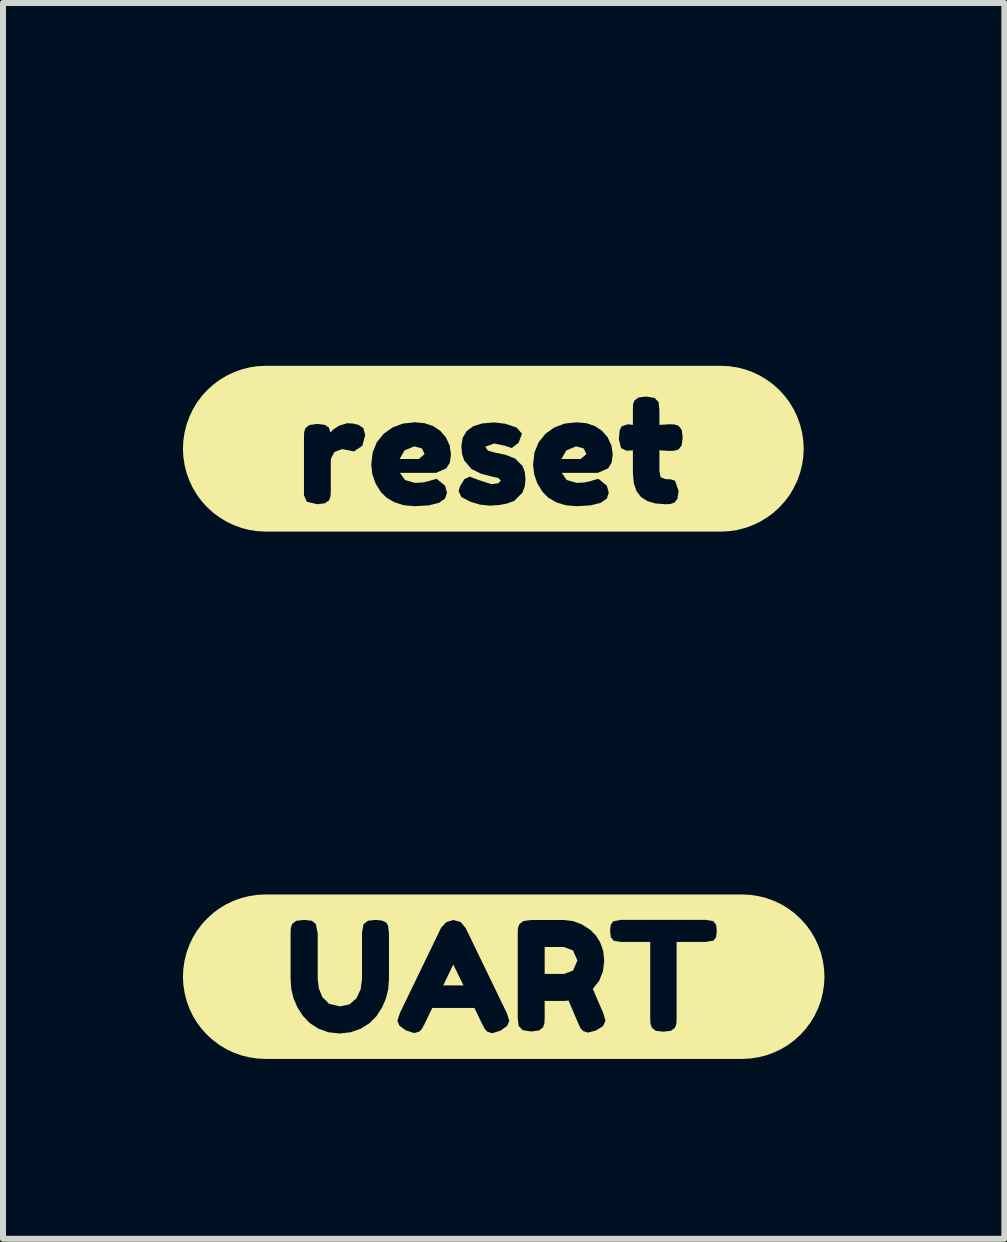
<source format=kicad_pcb>
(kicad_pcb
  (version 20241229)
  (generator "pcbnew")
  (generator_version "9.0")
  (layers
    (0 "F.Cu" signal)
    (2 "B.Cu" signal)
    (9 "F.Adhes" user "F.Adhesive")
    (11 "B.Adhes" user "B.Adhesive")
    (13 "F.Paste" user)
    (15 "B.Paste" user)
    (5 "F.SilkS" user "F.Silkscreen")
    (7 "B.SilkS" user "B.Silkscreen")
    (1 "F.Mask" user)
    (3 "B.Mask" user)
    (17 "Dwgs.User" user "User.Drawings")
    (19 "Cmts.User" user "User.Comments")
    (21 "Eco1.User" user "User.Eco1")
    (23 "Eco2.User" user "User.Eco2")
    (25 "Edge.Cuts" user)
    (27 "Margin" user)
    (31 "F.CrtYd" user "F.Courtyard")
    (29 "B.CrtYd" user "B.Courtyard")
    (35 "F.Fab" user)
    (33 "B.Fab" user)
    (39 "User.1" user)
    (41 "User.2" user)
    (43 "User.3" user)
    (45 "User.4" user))
  (footprint "kibuzzard-65A2E0AA"
    (layer "F.Cu")
    (at 5.175 4.431)
    (property "Reference" "kibuzzard-65A2E0AA" (at 0 -4.43 0) (layer "F.SilkS") (effects (font (size 0.001 0.001) (thickness 0.15))))
    (attr board_only exclude_from_pos_files exclude_from_bom)
    (fp_poly (pts (xy -1.242 0.172) (xy -1.146 0.09) (xy -1.19 -0.004) (xy -1.317 -0.039) (xy -1.481 0.028) (xy -1.562 0.172) (xy -1.242 0.172)) (stroke (width 0) (type solid)) (fill yes) (layer "F.SilkS"))
    (fp_poly (pts (xy 1.455 0.172) (xy 1.552 0.09) (xy 1.507 -0.004) (xy 1.38 -0.039) (xy 1.217 0.028) (xy 1.135 0.172) (xy 1.455 0.172)) (stroke (width 0) (type solid)) (fill yes) (layer "F.SilkS"))
    (fp_poly (pts (xy -3.157 -1.382) (xy -3.792 -1.382) (xy -3.928 -1.376) (xy -4.062 -1.356) (xy -4.194 -1.323) (xy -4.321 -1.277) (xy -4.444 -1.219) (xy -4.56 -1.149) (xy -4.669 -1.069) (xy -4.77 -0.977) (xy -4.861 -0.877) (xy -4.942 -0.768) (xy -5.011 -0.652) (xy -5.069 -0.529) (xy -5.115 -0.401) (xy -5.148 -0.27) (xy -5.168 -0.135) (xy -5.175 0) (xy -5.168 0.135) (xy -5.148 0.27) (xy -5.115 0.401) (xy -5.069 0.529) (xy -5.011 0.652) (xy -4.942 0.768) (xy -4.861 0.877) (xy -4.77 0.977) (xy -4.669 1.069) (xy -4.56 1.149) (xy -4.444 1.219) (xy -4.321 1.277) (xy -4.194 1.323) (xy -4.062 1.356) (xy -3.928 1.376) (xy -3.792 1.382) (xy -3.157 1.382) (xy -2.936 1.382) (xy -2.936 0.926) (xy -3.111 0.883) (xy -3.157 0.774) (xy -3.157 0.7) (xy -3.157 -0.192) (xy -3.153 -0.279) (xy -3.132 -0.344) (xy -3.065 -0.395) (xy -2.934 -0.413) (xy -2.81 -0.398) (xy -2.743 -0.354) (xy -2.715 -0.27) (xy -2.678 -0.313) (xy -2.576 -0.382) (xy -2.437 -0.425) (xy -2.337 -0.419) (xy -2.248 -0.397) (xy -2.168 -0.345) (xy -2.136 -0.227) (xy -2.184 -0.049) (xy -2.324 0.047) (xy -2.412 0.027) (xy -2.522 0.007) (xy -2.65 0.055) (xy -2.71 0.172) (xy -2.71 0.705) (xy -2.714 0.793) (xy -2.738 0.86) (xy -2.807 0.91) (xy -2.936 0.926) (xy -2.936 1.382) (xy -1.313 1.382) (xy -1.313 0.959) (xy -1.491 0.943) (xy -1.647 0.894) (xy -1.777 0.819) (xy -1.875 0.723) (xy -1.963 0.58) (xy -2.017 0.427) (xy -2.035 0.263) (xy -2.012 0.064) (xy -1.943 -0.107) (xy -1.828 -0.249) (xy -1.678 -0.355) (xy -1.506 -0.419) (xy -1.311 -0.44) (xy -1.146 -0.425) (xy -1.005 -0.378) (xy -0.887 -0.3) (xy -0.792 -0.192) (xy -0.728 -0.053) (xy -0.706 0.097) (xy -0.725 0.233) (xy -0.784 0.328) (xy -0.955 0.403) (xy -1.557 0.403) (xy -1.473 0.522) (xy -1.306 0.57) (xy -1.174 0.563) (xy -1.074 0.54) (xy -1.046 0.53) (xy -0.945 0.502) (xy -0.805 0.616) (xy -0.772 0.733) (xy -0.806 0.832) (xy -0.907 0.903) (xy -1.076 0.945) (xy -1.313 0.959) (xy -1.313 1.382) (xy -0.06 1.382) (xy -0.06 0.949) (xy -0.221 0.933) (xy -0.378 0.886) (xy -0.531 0.807) (xy -0.579 0.71) (xy -0.555 0.627) (xy -0.483 0.509) (xy -0.392 0.466) (xy -0.224 0.529) (xy -0.03 0.591) (xy 0.086 0.576) (xy 0.124 0.53) (xy 0.082 0.488) (xy -0.046 0.459) (xy -0.205 0.417) (xy -0.363 0.339) (xy -0.485 0.196) (xy -0.521 0.089) (xy -0.533 -0.037) (xy -0.511 -0.181) (xy -0.445 -0.293) (xy -0.335 -0.374) (xy -0.181 -0.422) (xy 0.018 -0.438) (xy 0.201 -0.416) (xy 0.389 -0.352) (xy 0.478 -0.25) (xy 0.422 -0.1) (xy 0.307 -0.011) (xy 0.194 -0.049) (xy 0.015 -0.087) (xy -0.135 -0.032) (xy -0.091 0.031) (xy 0.038 0.068) (xy 0.203 0.101) (xy 0.363 0.164) (xy 0.486 0.287) (xy 0.524 0.386) (xy 0.536 0.507) (xy 0.524 0.629) (xy 0.486 0.732) (xy 0.348 0.87) (xy 0.23 0.914) (xy 0.095 0.94) (xy -0.06 0.949) (xy -0.06 1.382) (xy 1.384 1.382) (xy 1.384 0.959) (xy 1.207 0.943) (xy 1.05 0.894) (xy 0.92 0.819) (xy 0.823 0.723) (xy 0.734 0.58) (xy 0.681 0.427) (xy 0.663 0.263) (xy 0.686 0.064) (xy 0.755 -0.107) (xy 0.87 -0.249) (xy 1.019 -0.355) (xy 1.192 -0.419) (xy 1.387 -0.44) (xy 1.552 -0.425) (xy 1.693 -0.378) (xy 1.811 -0.3) (xy 1.905 -0.192) (xy 1.97 -0.053) (xy 1.991 0.097) (xy 1.972 0.233) (xy 1.914 0.328) (xy 1.742 0.403) (xy 1.14 0.403) (xy 1.224 0.522) (xy 1.392 0.57) (xy 1.523 0.563) (xy 1.623 0.54) (xy 1.651 0.53) (xy 1.753 0.502) (xy 1.892 0.616) (xy 1.925 0.733) (xy 1.892 0.832) (xy 1.79 0.903) (xy 1.621 0.945) (xy 1.384 0.959) (xy 1.384 1.382) (xy 2.865 1.382) (xy 2.865 0.926) (xy 2.703 0.913) (xy 2.569 0.873) (xy 2.464 0.807) (xy 2.388 0.709) (xy 2.342 0.574) (xy 2.327 0.403) (xy 2.327 0.027) (xy 2.223 0.034) (xy 2.13 -0.009) (xy 2.093 -0.156) (xy 2.106 -0.307) (xy 2.141 -0.374) (xy 2.243 -0.407) (xy 2.327 -0.397) (xy 2.327 -0.659) (xy 2.33 -0.745) (xy 2.355 -0.806) (xy 2.42 -0.854) (xy 2.55 -0.87) (xy 2.688 -0.846) (xy 2.756 -0.776) (xy 2.769 -0.646) (xy 2.769 -0.397) (xy 2.938 -0.407) (xy 3.024 -0.404) (xy 3.091 -0.38) (xy 3.141 -0.314) (xy 3.157 -0.184) (xy 3.14 -0.055) (xy 3.089 0.012) (xy 3.021 0.033) (xy 2.934 0.037) (xy 2.769 0.027) (xy 2.769 0.377) (xy 2.79 0.476) (xy 2.871 0.507) (xy 2.963 0.511) (xy 3.03 0.535) (xy 3.089 0.705) (xy 3.071 0.834) (xy 3.018 0.901) (xy 2.95 0.922) (xy 2.865 0.926) (xy 2.865 1.382) (xy 3.157 1.382) (xy 3.792 1.382) (xy 3.928 1.376) (xy 4.062 1.356) (xy 4.194 1.323) (xy 4.321 1.277) (xy 4.444 1.219) (xy 4.56 1.149) (xy 4.669 1.069) (xy 4.77 0.977) (xy 4.861 0.877) (xy 4.942 0.768) (xy 5.011 0.652) (xy 5.069 0.529) (xy 5.115 0.401) (xy 5.148 0.27) (xy 5.168 0.135) (xy 5.175 0) (xy 5.168 -0.135) (xy 5.148 -0.27) (xy 5.115 -0.401) (xy 5.069 -0.529) (xy 5.011 -0.652) (xy 4.942 -0.768) (xy 4.861 -0.877) (xy 4.77 -0.977) (xy 4.669 -1.069) (xy 4.56 -1.149) (xy 4.444 -1.219) (xy 4.321 -1.277) (xy 4.194 -1.323) (xy 4.062 -1.356) (xy 3.928 -1.376) (xy 3.792 -1.382) (xy 3.157 -1.382) (xy -3.157 -1.382)) (stroke (width 0) (type solid)) (fill yes) (layer "F.SilkS")))
  (footprint "kibuzzard-65A2E6F1"
    (layer "F.Cu")
    (at 5.348 13.234)
    (property "Reference" "kibuzzard-65A2E6F1" (at 0 -4.419 0) (layer "F.SilkS") (effects (font (size 0.001 0.001) (thickness 0.15))))
    (attr board_only exclude_from_pos_files exclude_from_bom)
    (fp_poly (pts (xy -0.841 -0.203) (xy -1.008 0.145) (xy -0.671 0.145) (xy -0.841 -0.203)) (stroke (width 0) (type solid)) (fill yes) (layer "F.SilkS"))
    (fp_poly (pts (xy 0.683 -0.046) (xy 1.008 -0.046) (xy 1.156 -0.102) (xy 1.229 -0.269) (xy 1.156 -0.438) (xy 1.003 -0.495) (xy 0.683 -0.495) (xy 0.683 -0.046)) (stroke (width 0) (type solid)) (fill yes) (layer "F.SilkS"))
    (fp_poly (pts (xy -3.553 -1.371) (xy -3.977 -1.371) (xy -4.111 -1.364) (xy -4.244 -1.344) (xy -4.375 -1.312) (xy -4.501 -1.266) (xy -4.623 -1.209) (xy -4.738 -1.14) (xy -4.846 -1.06) (xy -4.946 -0.969) (xy -5.036 -0.87) (xy -5.117 -0.762) (xy -5.186 -0.646) (xy -5.243 -0.525) (xy -5.289 -0.398) (xy -5.321 -0.267) (xy -5.341 -0.134) (xy -5.348 0) (xy -5.341 0.134) (xy -5.321 0.267) (xy -5.289 0.398) (xy -5.243 0.525) (xy -5.186 0.646) (xy -5.117 0.762) (xy -5.036 0.87) (xy -4.946 0.969) (xy -4.846 1.06) (xy -4.738 1.14) (xy -4.623 1.209) (xy -4.501 1.266) (xy -4.375 1.312) (xy -4.244 1.344) (xy -4.111 1.364) (xy -3.977 1.371) (xy -3.553 1.371) (xy -2.737 1.371) (xy -2.737 0.947) (xy -2.922 0.927) (xy -3.09 0.866) (xy -3.234 0.772) (xy -3.348 0.653) (xy -3.438 0.514) (xy -3.502 0.366) (xy -3.541 0.209) (xy -3.553 0.043) (xy -3.553 -0.721) (xy -3.55 -0.812) (xy -3.526 -0.879) (xy -3.457 -0.932) (xy -3.327 -0.947) (xy -3.198 -0.932) (xy -3.132 -0.879) (xy -3.101 -0.719) (xy -3.101 0.043) (xy -3.082 0.194) (xy -3.025 0.338) (xy -2.911 0.452) (xy -2.731 0.495) (xy -2.569 0.461) (xy -2.454 0.358) (xy -2.385 0.21) (xy -2.362 0.041) (xy -2.362 -0.737) (xy -2.337 -0.876) (xy -2.263 -0.932) (xy -2.142 -0.947) (xy -2.027 -0.935) (xy -1.961 -0.904) (xy -1.928 -0.851) (xy -1.913 -0.719) (xy -1.913 0.048) (xy -1.926 0.212) (xy -1.965 0.368) (xy -2.03 0.517) (xy -2.121 0.658) (xy -2.237 0.775) (xy -2.383 0.867) (xy -2.551 0.927) (xy -2.737 0.947) (xy -2.737 1.371) (xy -0.189 1.371) (xy -0.189 0.942) (xy -0.271 0.919) (xy -0.316 0.871) (xy -0.356 0.795) (xy -0.488 0.521) (xy -1.191 0.521) (xy -1.323 0.795) (xy -1.363 0.869) (xy -1.408 0.916) (xy -1.49 0.94) (xy -1.626 0.897) (xy -1.736 0.82) (xy -1.773 0.734) (xy -1.73 0.605) (xy -1.044 -0.815) (xy -0.959 -0.909) (xy -0.838 -0.945) (xy -0.719 -0.912) (xy -0.635 -0.813) (xy 0.051 0.605) (xy 0.094 0.734) (xy 0.057 0.821) (xy -0.053 0.899) (xy -0.189 0.942) (xy -0.189 1.371) (xy 1.408 1.371) (xy 1.408 0.932) (xy 1.327 0.908) (xy 1.28 0.859) (xy 1.247 0.786) (xy 1.181 0.633) (xy 1.082 0.399) (xy 1.003 0.404) (xy 0.683 0.404) (xy 0.683 0.691) (xy 0.679 0.779) (xy 0.655 0.846) (xy 0.588 0.897) (xy 0.457 0.914) (xy 0.316 0.891) (xy 0.249 0.82) (xy 0.234 0.688) (xy 0.234 -0.721) (xy 0.237 -0.809) (xy 0.262 -0.876) (xy 0.329 -0.928) (xy 0.46 -0.945) (xy 1.008 -0.945) (xy 1.156 -0.927) (xy 1.301 -0.873) (xy 1.443 -0.782) (xy 1.535 -0.69) (xy 1.61 -0.569) (xy 1.66 -0.427) (xy 1.676 -0.269) (xy 1.655 -0.089) (xy 1.592 0.068) (xy 1.486 0.203) (xy 1.53 0.307) (xy 1.587 0.44) (xy 1.659 0.602) (xy 1.697 0.734) (xy 1.657 0.823) (xy 1.539 0.897) (xy 1.408 0.932) (xy 1.408 1.371) (xy 2.662 1.371) (xy 2.662 0.917) (xy 2.536 0.902) (xy 2.47 0.85) (xy 2.447 0.784) (xy 2.443 0.696) (xy 2.443 -0.579) (xy 1.956 -0.579) (xy 1.836 -0.598) (xy 1.786 -0.658) (xy 1.773 -0.765) (xy 1.786 -0.87) (xy 1.829 -0.925) (xy 1.958 -0.947) (xy 3.371 -0.947) (xy 3.49 -0.928) (xy 3.541 -0.869) (xy 3.553 -0.762) (xy 3.541 -0.657) (xy 3.498 -0.602) (xy 3.368 -0.579) (xy 2.883 -0.579) (xy 2.883 0.699) (xy 2.879 0.785) (xy 2.856 0.85) (xy 2.789 0.902) (xy 2.662 0.917) (xy 2.662 1.371) (xy 3.553 1.371) (xy 3.977 1.371) (xy 4.111 1.364) (xy 4.244 1.344) (xy 4.375 1.312) (xy 4.501 1.266) (xy 4.623 1.209) (xy 4.738 1.14) (xy 4.846 1.06) (xy 4.946 0.969) (xy 5.036 0.87) (xy 5.117 0.762) (xy 5.186 0.646) (xy 5.243 0.525) (xy 5.289 0.398) (xy 5.321 0.267) (xy 5.341 0.134) (xy 5.348 0) (xy 5.341 -0.134) (xy 5.321 -0.267) (xy 5.289 -0.398) (xy 5.243 -0.525) (xy 5.186 -0.646) (xy 5.117 -0.762) (xy 5.036 -0.87) (xy 4.946 -0.969) (xy 4.846 -1.06) (xy 4.738 -1.14) (xy 4.623 -1.209) (xy 4.501 -1.266) (xy 4.375 -1.312) (xy 4.244 -1.344) (xy 4.111 -1.364) (xy 3.977 -1.371) (xy 3.553 -1.371) (xy -3.553 -1.371)) (stroke (width 0) (type solid)) (fill yes) (layer "F.SilkS")))
  (gr_rect
    (start -3 -3)
    (end 13.695 17.604)
    (stroke (width 0.1) (type default))
    (fill no)
    (layer "Edge.Cuts")))
</source>
